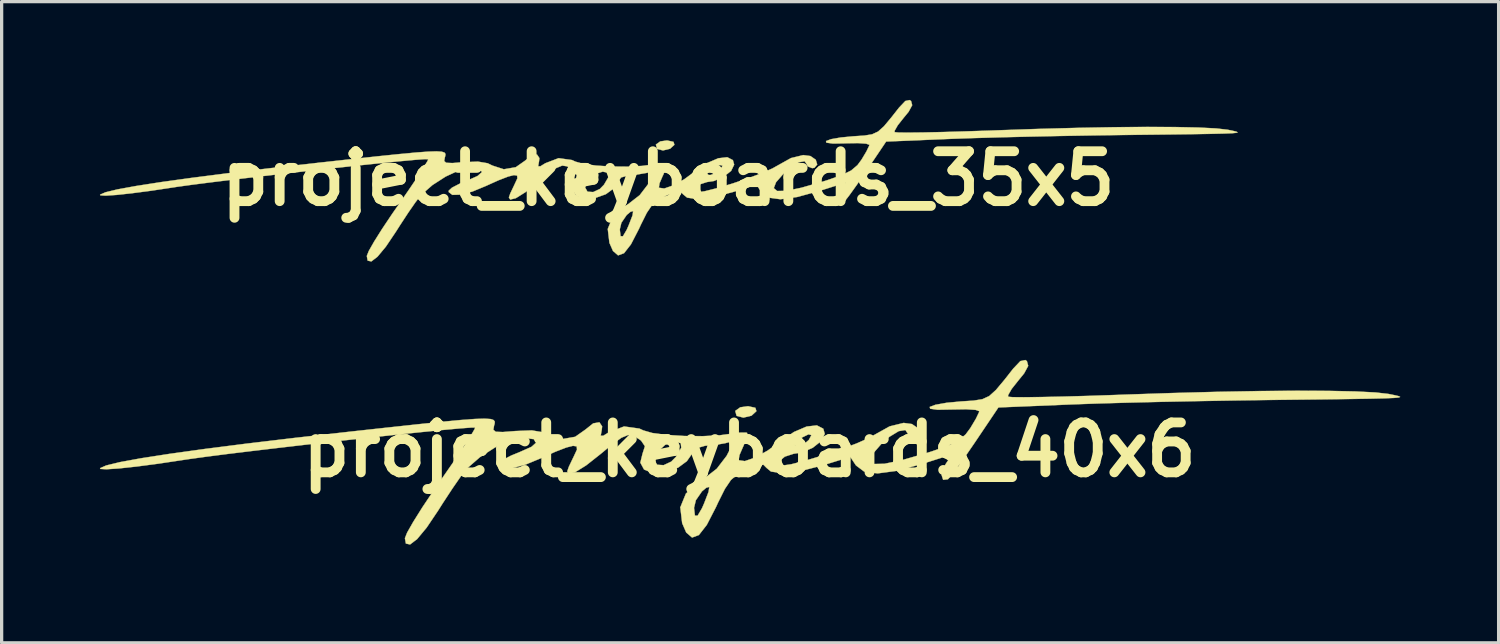
<source format=kicad_pcb>
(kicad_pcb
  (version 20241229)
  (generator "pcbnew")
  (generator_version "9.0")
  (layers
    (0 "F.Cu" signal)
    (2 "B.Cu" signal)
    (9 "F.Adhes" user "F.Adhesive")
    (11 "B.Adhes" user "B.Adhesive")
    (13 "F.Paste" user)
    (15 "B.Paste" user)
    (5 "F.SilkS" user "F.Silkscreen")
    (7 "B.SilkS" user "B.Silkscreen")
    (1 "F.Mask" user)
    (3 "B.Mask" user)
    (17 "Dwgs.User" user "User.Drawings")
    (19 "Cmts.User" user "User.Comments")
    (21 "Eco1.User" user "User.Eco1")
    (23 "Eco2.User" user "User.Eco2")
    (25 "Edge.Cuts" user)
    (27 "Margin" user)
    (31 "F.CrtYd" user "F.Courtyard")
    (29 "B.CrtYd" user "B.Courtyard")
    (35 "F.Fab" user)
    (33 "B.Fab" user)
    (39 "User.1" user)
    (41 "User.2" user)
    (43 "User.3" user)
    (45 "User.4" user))
  (footprint "project_keyboards_40x6"
    (layer "F.Cu")
    (at 19.832 10.682)
    (property "Reference" "project_keyboards_40x6" (at 0 0 0) (layer "F.SilkS") (effects (font (size 1.524 1.524) (thickness 0.3))))
    (attr through_hole)
    (fp_poly (pts (xy 0.18 -1.282) (xy 0.212 -1.179) (xy 0.062 -1.041) (xy -0.185 -0.982) (xy -0.388 -1.034) (xy -0.395 -1.04) (xy -0.434 -1.187) (xy -0.281 -1.297) (xy -0.043 -1.33) (xy 0.18 -1.282)) (stroke (width 0.01) (type solid)) (fill yes) (layer "F.SilkS"))
    (fp_poly (pts (xy 8.471 -2.705) (xy 8.51 -2.562) (xy 8.386 -2.333) (xy 8.218 -2.127) (xy 8.006 -1.86) (xy 7.897 -1.669) (xy 7.896 -1.619) (xy 8.029 -1.607) (xy 8.373 -1.604) (xy 8.897 -1.61) (xy 9.57 -1.624) (xy 10.361 -1.646) (xy 11.24 -1.676) (xy 11.455 -1.684) (xy 12.924 -1.733) (xy 14.305 -1.77) (xy 15.574 -1.793) (xy 16.712 -1.802) (xy 17.695 -1.798) (xy 18.504 -1.781) (xy 19.115 -1.75) (xy 19.509 -1.705) (xy 19.534 -1.7) (xy 19.7 -1.666) (xy 19.818 -1.638) (xy 19.867 -1.615) (xy 19.826 -1.597) (xy 19.677 -1.583) (xy 19.397 -1.571) (xy 18.969 -1.561) (xy 18.37 -1.551) (xy 17.582 -1.54) (xy 16.584 -1.529) (xy 15.905 -1.521) (xy 14.826 -1.506) (xy 13.704 -1.486) (xy 12.596 -1.464) (xy 11.556 -1.439) (xy 10.64 -1.413) (xy 9.903 -1.387) (xy 9.818 -1.384) (xy 7.6 -1.292) (xy 6.887 -0.232) (xy 6.582 0.213) (xy 6.319 0.581) (xy 6.13 0.825) (xy 6.059 0.9) (xy 5.913 0.917) (xy 5.867 0.776) (xy 5.929 0.544) (xy 5.989 0.437) (xy 6.182 0.142) (xy 5.264 0.434) (xy 4.493 0.644) (xy 3.911 0.721) (xy 3.502 0.666) (xy 3.252 0.478) (xy 3.247 0.471) (xy 3.077 0.216) (xy 2.252 0.471) (xy 1.552 0.652) (xy 1.015 0.717) (xy 0.657 0.665) (xy 0.519 0.551) (xy 0.426 0.457) (xy 0.264 0.464) (xy -0.035 0.58) (xy -0.092 0.605) (xy -0.364 0.747) (xy -0.567 0.923) (xy -0.75 1.193) (xy -0.961 1.615) (xy -1.022 1.748) (xy -1.303 2.293) (xy -1.545 2.603) (xy -1.752 2.68) (xy -1.931 2.526) (xy -2.055 2.241) (xy -2.11 1.773) (xy -1.693 1.773) (xy -1.666 2.01) (xy -1.584 2.013) (xy -1.448 1.781) (xy -1.385 1.637) (xy -1.25 1.287) (xy -1.226 1.134) (xy -1.319 1.159) (xy -1.451 1.27) (xy -1.637 1.54) (xy -1.693 1.773) (xy -2.11 1.773) (xy -2.112 1.757) (xy -1.94 1.336) (xy -1.535 0.971) (xy -1.398 0.889) (xy -0.998 0.578) (xy -0.699 0.188) (xy -0.691 0.173) (xy -0.46 -0.276) (xy -0.744 -0.2) (xy -1.096 -0.139) (xy -1.353 -0.123) (xy -1.649 -0.038) (xy -1.754 0.122) (xy -1.912 0.348) (xy -2.18 0.546) (xy -2.598 0.695) (xy -2.96 0.708) (xy -3.219 0.602) (xy -3.332 0.393) (xy -3.312 0.311) (xy -2.903 0.311) (xy -2.819 0.457) (xy -2.621 0.47) (xy -2.389 0.362) (xy -2.244 0.215) (xy -2.083 -0.062) (xy -2.098 -0.203) (xy -2.289 -0.242) (xy -2.577 -0.149) (xy -2.814 0.071) (xy -2.903 0.311) (xy -3.312 0.311) (xy -3.265 0.119) (xy -3.192 -0.108) (xy -3.307 -0.277) (xy -3.347 -0.308) (xy -3.531 -0.427) (xy -3.701 -0.453) (xy -3.907 -0.369) (xy -4.201 -0.157) (xy -4.536 0.121) (xy -4.986 0.476) (xy -5.319 0.683) (xy -5.516 0.733) (xy -5.564 0.659) (xy -5.514 0.517) (xy -5.391 0.259) (xy -5.379 0.236) (xy -5.266 -0.007) (xy -5.276 -0.104) (xy -5.387 -0.121) (xy -5.587 -0.071) (xy -5.93 0.061) (xy -6.341 0.247) (xy -6.351 0.251) (xy -6.838 0.453) (xy -7.247 0.561) (xy -7.535 0.569) (xy -7.662 0.471) (xy -7.663 0.423) (xy -7.549 0.318) (xy -7.273 0.175) (xy -7.03 0.076) (xy -6.654 -0.091) (xy -6.502 -0.228) (xy -6.578 -0.323) (xy -6.883 -0.362) (xy -6.938 -0.363) (xy -7.311 -0.282) (xy -7.768 -0.071) (xy -8.23 0.226) (xy -8.615 0.562) (xy -8.648 0.598) (xy -8.819 0.82) (xy -9.072 1.186) (xy -9.365 1.633) (xy -9.506 1.856) (xy -9.856 2.376) (xy -10.146 2.725) (xy -10.362 2.891) (xy -10.49 2.863) (xy -10.52 2.7) (xy -10.452 2.529) (xy -10.266 2.202) (xy -9.987 1.757) (xy -9.638 1.235) (xy -9.423 0.926) (xy -9.053 0.393) (xy -8.743 -0.067) (xy -8.515 -0.42) (xy -8.392 -0.632) (xy -8.378 -0.677) (xy -8.507 -0.677) (xy -8.844 -0.652) (xy -9.357 -0.605) (xy -10.014 -0.54) (xy -10.782 -0.46) (xy -11.63 -0.369) (xy -12.526 -0.27) (xy -13.438 -0.168) (xy -14.332 -0.064) (xy -15.178 0.036) (xy -15.943 0.129) (xy -16.596 0.213) (xy -17.103 0.283) (xy -17.29 0.311) (xy -18.05 0.425) (xy -18.714 0.512) (xy -19.251 0.57) (xy -19.629 0.595) (xy -19.817 0.585) (xy -19.827 0.562) (xy -19.64 0.479) (xy -19.22 0.377) (xy -18.575 0.259) (xy -17.711 0.125) (xy -16.637 -0.024) (xy -15.361 -0.187) (xy -13.89 -0.362) (xy -12.232 -0.549) (xy -12.224 -0.55) (xy -11.063 -0.677) (xy -10.12 -0.779) (xy -9.374 -0.856) (xy -8.801 -0.91) (xy -8.381 -0.941) (xy -8.09 -0.95) (xy -7.907 -0.939) (xy -7.81 -0.907) (xy -7.775 -0.857) (xy -7.782 -0.789) (xy -7.798 -0.737) (xy -7.819 -0.611) (xy -7.747 -0.55) (xy -7.532 -0.542) (xy -7.145 -0.572) (xy -6.644 -0.592) (xy -6.305 -0.535) (xy -6.135 -0.452) (xy -5.739 -0.324) (xy -5.322 -0.396) (xy -5.008 -0.617) (xy -4.77 -0.807) (xy -4.582 -0.839) (xy -4.498 -0.714) (xy -4.512 -0.597) (xy -4.542 -0.431) (xy -4.466 -0.427) (xy -4.289 -0.536) (xy -3.829 -0.712) (xy -3.361 -0.647) (xy -3.24 -0.591) (xy -2.965 -0.512) (xy -2.522 -0.454) (xy -1.984 -0.421) (xy -1.423 -0.416) (xy -0.914 -0.442) (xy -0.639 -0.479) (xy -0.313 -0.523) (xy -0.101 -0.525) (xy -0.069 -0.513) (xy -0.078 -0.377) (xy -0.18 -0.125) (xy -0.195 -0.094) (xy -0.306 0.163) (xy -0.33 0.313) (xy -0.326 0.32) (xy -0.142 0.346) (xy 0.17 0.239) (xy 0.556 0.024) (xy 0.828 -0.174) (xy 1.356 -0.174) (xy 1.402 -0.129) (xy 1.467 -0.125) (xy 1.706 -0.208) (xy 1.814 -0.302) (xy 1.89 -0.449) (xy 1.803 -0.472) (xy 1.597 -0.371) (xy 1.505 -0.306) (xy 1.356 -0.174) (xy 0.828 -0.174) (xy 0.939 -0.256) (xy 1.357 -0.543) (xy 1.744 -0.709) (xy 2.057 -0.745) (xy 2.253 -0.644) (xy 2.298 -0.487) (xy 2.193 -0.268) (xy 1.93 -0.06) (xy 1.593 0.085) (xy 1.351 0.121) (xy 1.079 0.209) (xy 0.968 0.302) (xy 0.88 0.446) (xy 0.98 0.484) (xy 0.988 0.484) (xy 1.274 0.442) (xy 1.714 0.33) (xy 2.24 0.172) (xy 2.782 -0.01) (xy 3.27 -0.193) (xy 3.636 -0.355) (xy 3.75 -0.42) (xy 4.28 -0.715) (xy 4.708 -0.82) (xy 4.959 -0.786) (xy 5.145 -0.658) (xy 5.196 -0.49) (xy 5.098 -0.375) (xy 5.02 -0.363) (xy 4.859 -0.428) (xy 4.838 -0.484) (xy 4.76 -0.603) (xy 4.557 -0.569) (xy 4.273 -0.397) (xy 4.031 -0.184) (xy 3.759 0.128) (xy 3.68 0.334) (xy 3.797 0.434) (xy 4.118 0.428) (xy 4.646 0.319) (xy 5.387 0.106) (xy 5.561 0.051) (xy 6.056 -0.121) (xy 6.381 -0.282) (xy 6.601 -0.47) (xy 6.743 -0.662) (xy 6.913 -0.947) (xy 7.008 -1.146) (xy 7.015 -1.178) (xy 6.905 -1.218) (xy 6.616 -1.237) (xy 6.209 -1.23) (xy 6.199 -1.23) (xy 5.746 -1.222) (xy 5.517 -1.253) (xy 5.503 -1.308) (xy 5.678 -1.374) (xy 6.021 -1.435) (xy 6.457 -1.476) (xy 6.842 -1.501) (xy 7.11 -1.544) (xy 7.319 -1.64) (xy 7.525 -1.826) (xy 7.785 -2.137) (xy 8.053 -2.478) (xy 8.271 -2.708) (xy 8.423 -2.74) (xy 8.471 -2.705)) (stroke (width 0.01) (type solid)) (fill yes) (layer "F.SilkS")))
  (footprint "project_keyboards_35x5"
    (layer "F.Cu")
    (at 17.354 2.402)
    (property "Reference" "project_keyboards_35x5" (at 0 0 0) (layer "F.SilkS") (effects (font (size 1.524 1.524) (thickness 0.3))))
    (attr through_hole)
    (fp_poly (pts (xy 0.158 -1.122) (xy 0.186 -1.032) (xy 0.054 -0.911) (xy -0.162 -0.859) (xy -0.34 -0.904) (xy -0.345 -0.91) (xy -0.38 -1.039) (xy -0.245 -1.135) (xy -0.038 -1.164) (xy 0.158 -1.122)) (stroke (width 0.01) (type solid)) (fill yes) (layer "F.SilkS"))
    (fp_poly (pts (xy 7.412 -2.367) (xy 7.446 -2.241) (xy 7.338 -2.041) (xy 7.191 -1.862) (xy 7.005 -1.627) (xy 6.91 -1.46) (xy 6.909 -1.417) (xy 7.025 -1.406) (xy 7.326 -1.403) (xy 7.785 -1.408) (xy 8.374 -1.421) (xy 9.066 -1.441) (xy 9.835 -1.466) (xy 10.023 -1.473) (xy 11.309 -1.517) (xy 12.517 -1.549) (xy 13.628 -1.569) (xy 14.623 -1.577) (xy 15.483 -1.573) (xy 16.191 -1.558) (xy 16.726 -1.531) (xy 17.07 -1.492) (xy 17.092 -1.488) (xy 17.238 -1.458) (xy 17.341 -1.433) (xy 17.383 -1.413) (xy 17.348 -1.398) (xy 17.217 -1.385) (xy 16.973 -1.375) (xy 16.598 -1.366) (xy 16.074 -1.357) (xy 15.384 -1.348) (xy 14.511 -1.338) (xy 13.917 -1.331) (xy 12.973 -1.318) (xy 11.991 -1.301) (xy 11.022 -1.281) (xy 10.112 -1.259) (xy 9.31 -1.236) (xy 8.665 -1.214) (xy 8.59 -1.211) (xy 6.65 -1.13) (xy 6.026 -0.203) (xy 5.759 0.187) (xy 5.529 0.508) (xy 5.364 0.722) (xy 5.301 0.788) (xy 5.174 0.802) (xy 5.134 0.679) (xy 5.188 0.476) (xy 5.24 0.383) (xy 5.41 0.124) (xy 4.606 0.38) (xy 3.932 0.563) (xy 3.422 0.631) (xy 3.064 0.582) (xy 2.846 0.419) (xy 2.841 0.412) (xy 2.693 0.189) (xy 1.97 0.412) (xy 1.358 0.571) (xy 0.888 0.627) (xy 0.575 0.582) (xy 0.454 0.482) (xy 0.373 0.4) (xy 0.231 0.406) (xy -0.03 0.507) (xy -0.081 0.53) (xy -0.318 0.654) (xy -0.496 0.808) (xy -0.656 1.044) (xy -0.841 1.414) (xy -0.894 1.53) (xy -1.14 2.007) (xy -1.352 2.278) (xy -1.533 2.345) (xy -1.689 2.21) (xy -1.798 1.961) (xy -1.847 1.551) (xy -1.482 1.551) (xy -1.458 1.759) (xy -1.386 1.761) (xy -1.267 1.558) (xy -1.212 1.432) (xy -1.093 1.126) (xy -1.073 0.993) (xy -1.154 1.014) (xy -1.27 1.111) (xy -1.432 1.347) (xy -1.482 1.551) (xy -1.847 1.551) (xy -1.848 1.537) (xy -1.698 1.169) (xy -1.343 0.85) (xy -1.223 0.778) (xy -0.873 0.506) (xy -0.611 0.164) (xy -0.604 0.151) (xy -0.403 -0.242) (xy -0.651 -0.175) (xy -0.959 -0.122) (xy -1.183 -0.107) (xy -1.443 -0.033) (xy -1.535 0.107) (xy -1.673 0.305) (xy -1.907 0.477) (xy -2.274 0.608) (xy -2.59 0.62) (xy -2.816 0.527) (xy -2.915 0.344) (xy -2.898 0.272) (xy -2.54 0.272) (xy -2.467 0.4) (xy -2.294 0.412) (xy -2.09 0.317) (xy -1.964 0.188) (xy -1.823 -0.054) (xy -1.836 -0.177) (xy -2.003 -0.212) (xy -2.255 -0.13) (xy -2.462 0.062) (xy -2.54 0.272) (xy -2.898 0.272) (xy -2.856 0.104) (xy -2.793 -0.095) (xy -2.894 -0.243) (xy -2.929 -0.27) (xy -3.09 -0.374) (xy -3.238 -0.397) (xy -3.419 -0.323) (xy -3.676 -0.137) (xy -3.969 0.106) (xy -4.363 0.416) (xy -4.654 0.598) (xy -4.827 0.641) (xy -4.868 0.577) (xy -4.824 0.452) (xy -4.717 0.227) (xy -4.707 0.206) (xy -4.608 -0.006) (xy -4.616 -0.091) (xy -4.714 -0.106) (xy -4.889 -0.062) (xy -5.189 0.054) (xy -5.549 0.216) (xy -5.557 0.22) (xy -5.984 0.397) (xy -6.341 0.491) (xy -6.593 0.498) (xy -6.704 0.412) (xy -6.705 0.37) (xy -6.605 0.278) (xy -6.364 0.153) (xy -6.151 0.067) (xy -5.822 -0.08) (xy -5.689 -0.2) (xy -5.755 -0.282) (xy -6.022 -0.317) (xy -6.071 -0.318) (xy -6.397 -0.247) (xy -6.797 -0.062) (xy -7.201 0.198) (xy -7.538 0.492) (xy -7.567 0.524) (xy -7.716 0.718) (xy -7.938 1.038) (xy -8.194 1.429) (xy -8.318 1.624) (xy -8.624 2.079) (xy -8.878 2.384) (xy -9.067 2.53) (xy -9.179 2.505) (xy -9.205 2.363) (xy -9.146 2.213) (xy -8.983 1.926) (xy -8.739 1.538) (xy -8.433 1.081) (xy -8.245 0.81) (xy -7.922 0.344) (xy -7.65 -0.058) (xy -7.451 -0.368) (xy -7.343 -0.553) (xy -7.331 -0.592) (xy -7.443 -0.593) (xy -7.738 -0.571) (xy -8.187 -0.53) (xy -8.762 -0.473) (xy -9.434 -0.403) (xy -10.177 -0.323) (xy -10.961 -0.237) (xy -11.758 -0.147) (xy -12.541 -0.056) (xy -13.281 0.031) (xy -13.95 0.113) (xy -14.521 0.186) (xy -14.965 0.247) (xy -15.128 0.272) (xy -15.794 0.372) (xy -16.375 0.448) (xy -16.844 0.499) (xy -17.175 0.521) (xy -17.339 0.512) (xy -17.349 0.491) (xy -17.185 0.419) (xy -16.818 0.33) (xy -16.253 0.227) (xy -15.497 0.109) (xy -14.558 -0.021) (xy -13.441 -0.164) (xy -12.154 -0.317) (xy -10.703 -0.48) (xy -10.696 -0.481) (xy -9.68 -0.593) (xy -8.855 -0.682) (xy -8.202 -0.749) (xy -7.701 -0.796) (xy -7.333 -0.823) (xy -7.079 -0.831) (xy -6.919 -0.821) (xy -6.833 -0.794) (xy -6.803 -0.75) (xy -6.81 -0.69) (xy -6.823 -0.645) (xy -6.842 -0.535) (xy -6.779 -0.482) (xy -6.59 -0.474) (xy -6.252 -0.5) (xy -5.813 -0.518) (xy -5.517 -0.468) (xy -5.368 -0.396) (xy -5.022 -0.284) (xy -4.657 -0.347) (xy -4.382 -0.54) (xy -4.174 -0.707) (xy -4.009 -0.734) (xy -3.936 -0.625) (xy -3.948 -0.522) (xy -3.974 -0.377) (xy -3.908 -0.374) (xy -3.753 -0.469) (xy -3.35 -0.623) (xy -2.941 -0.566) (xy -2.835 -0.517) (xy -2.594 -0.448) (xy -2.207 -0.397) (xy -1.736 -0.368) (xy -1.245 -0.364) (xy -0.799 -0.387) (xy -0.559 -0.419) (xy -0.274 -0.458) (xy -0.089 -0.459) (xy -0.06 -0.449) (xy -0.068 -0.33) (xy -0.157 -0.109) (xy -0.171 -0.083) (xy -0.268 0.143) (xy -0.288 0.274) (xy -0.285 0.28) (xy -0.124 0.303) (xy 0.149 0.209) (xy 0.487 0.021) (xy 0.724 -0.153) (xy 1.186 -0.153) (xy 1.227 -0.112) (xy 1.284 -0.109) (xy 1.493 -0.182) (xy 1.587 -0.265) (xy 1.654 -0.393) (xy 1.578 -0.413) (xy 1.397 -0.325) (xy 1.317 -0.268) (xy 1.186 -0.153) (xy 0.724 -0.153) (xy 0.822 -0.224) (xy 1.187 -0.475) (xy 1.526 -0.62) (xy 1.8 -0.652) (xy 1.972 -0.563) (xy 2.011 -0.426) (xy 1.918 -0.235) (xy 1.689 -0.053) (xy 1.394 0.074) (xy 1.182 0.106) (xy 0.944 0.183) (xy 0.847 0.265) (xy 0.77 0.391) (xy 0.857 0.423) (xy 0.865 0.423) (xy 1.115 0.386) (xy 1.5 0.289) (xy 1.96 0.151) (xy 2.434 -0.009) (xy 2.861 -0.169) (xy 3.182 -0.311) (xy 3.281 -0.367) (xy 3.745 -0.626) (xy 4.119 -0.717) (xy 4.339 -0.688) (xy 4.502 -0.575) (xy 4.546 -0.429) (xy 4.46 -0.328) (xy 4.392 -0.318) (xy 4.251 -0.375) (xy 4.233 -0.423) (xy 4.165 -0.528) (xy 3.987 -0.498) (xy 3.739 -0.348) (xy 3.527 -0.161) (xy 3.289 0.112) (xy 3.22 0.292) (xy 3.323 0.379) (xy 3.603 0.375) (xy 4.065 0.279) (xy 4.713 0.093) (xy 4.866 0.045) (xy 5.299 -0.106) (xy 5.583 -0.247) (xy 5.776 -0.411) (xy 5.9 -0.579) (xy 6.049 -0.829) (xy 6.132 -1.002) (xy 6.139 -1.03) (xy 6.042 -1.066) (xy 5.789 -1.083) (xy 5.433 -1.077) (xy 5.424 -1.076) (xy 5.028 -1.069) (xy 4.827 -1.096) (xy 4.815 -1.145) (xy 4.969 -1.203) (xy 5.268 -1.255) (xy 5.65 -1.291) (xy 5.986 -1.313) (xy 6.221 -1.351) (xy 6.404 -1.435) (xy 6.585 -1.598) (xy 6.812 -1.87) (xy 7.046 -2.168) (xy 7.237 -2.369) (xy 7.37 -2.397) (xy 7.412 -2.367)) (stroke (width 0.01) (type solid)) (fill yes) (layer "F.SilkS")))
  (gr_rect
    (start -3 -3)
    (end 42.704 16.577)
    (stroke (width 0.1) (type default))
    (fill no)
    (layer "Edge.Cuts")))
</source>
